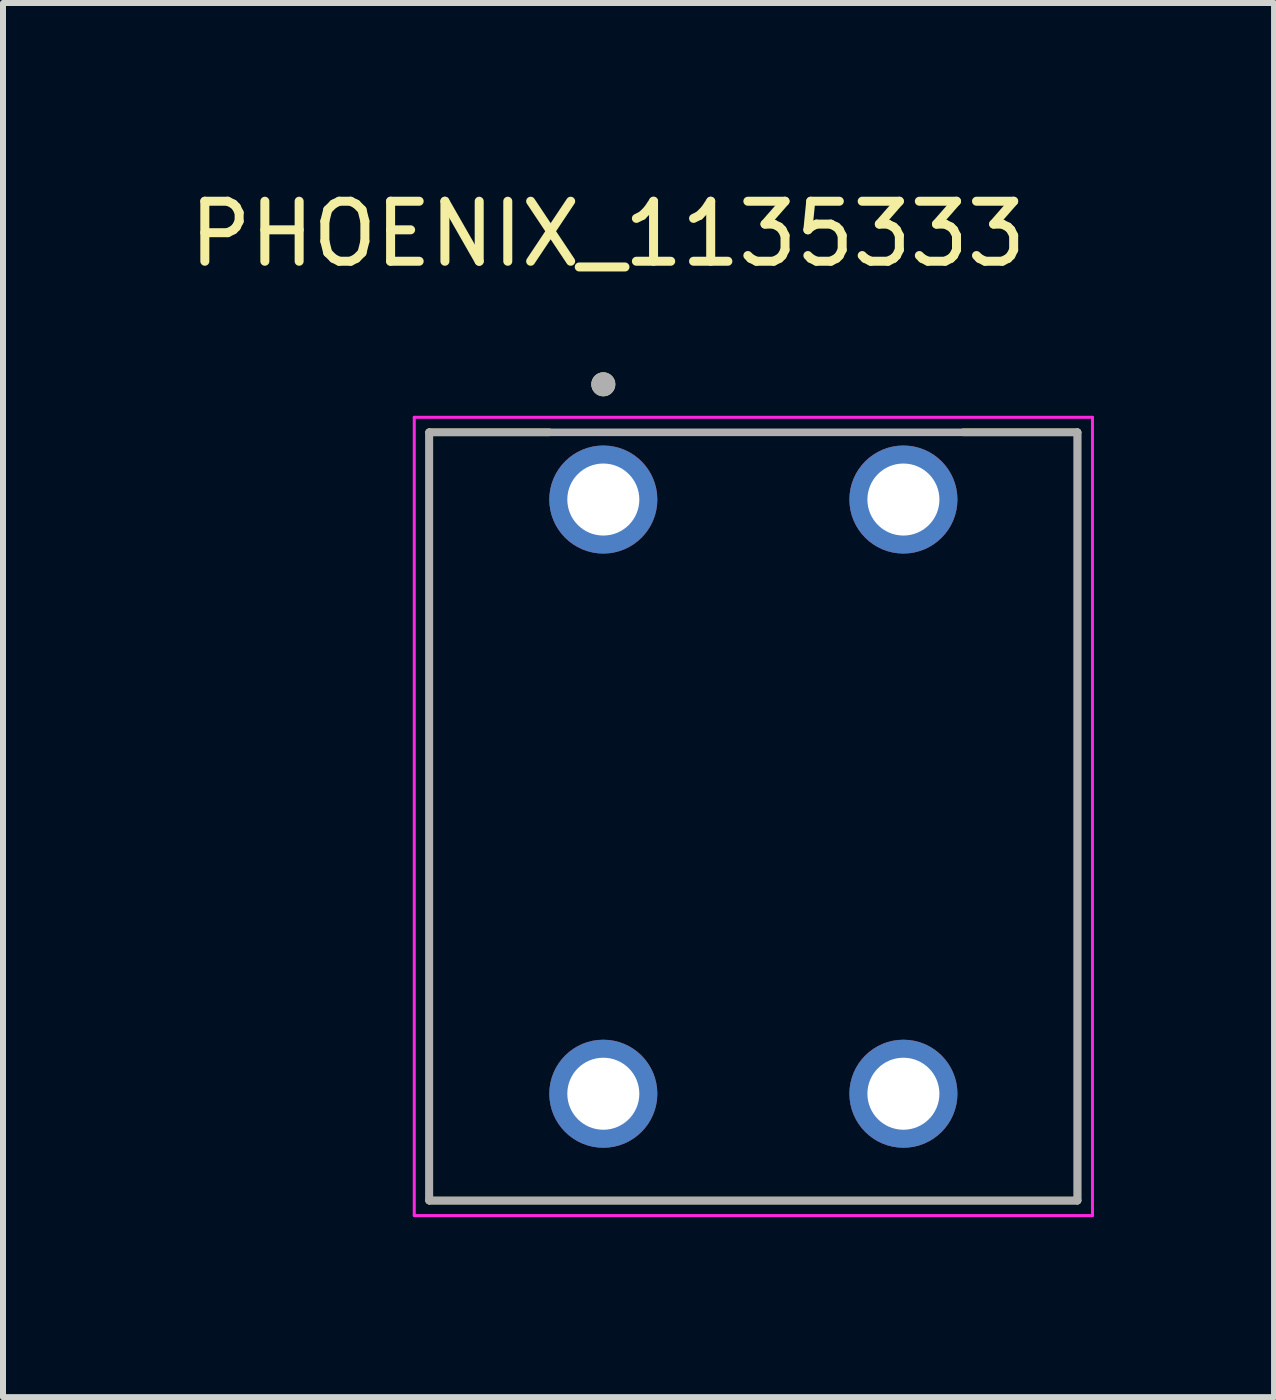
<source format=kicad_pcb>
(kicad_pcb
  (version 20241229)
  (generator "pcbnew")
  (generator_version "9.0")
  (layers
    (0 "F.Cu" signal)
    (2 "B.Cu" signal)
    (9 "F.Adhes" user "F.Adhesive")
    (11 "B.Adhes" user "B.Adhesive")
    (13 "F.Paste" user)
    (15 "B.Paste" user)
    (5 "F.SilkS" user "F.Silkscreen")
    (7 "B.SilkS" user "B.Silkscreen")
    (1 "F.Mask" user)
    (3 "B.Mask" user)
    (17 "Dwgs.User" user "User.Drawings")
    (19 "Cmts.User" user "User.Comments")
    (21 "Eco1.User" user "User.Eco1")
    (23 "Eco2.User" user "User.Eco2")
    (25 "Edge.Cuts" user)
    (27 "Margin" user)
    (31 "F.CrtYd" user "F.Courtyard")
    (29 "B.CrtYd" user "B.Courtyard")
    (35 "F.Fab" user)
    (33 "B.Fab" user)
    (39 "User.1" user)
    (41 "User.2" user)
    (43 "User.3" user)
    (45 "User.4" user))
  (footprint "PHOENIX_1135333"
    (layer "F.Cu")
    (at 4.102 16.953)
    (property "Reference" "PHOENIX_1135333" (at 2.975 -16.105 0) (layer "F.SilkS") (effects (font (size 1 1) (thickness 0.15))))
    (attr through_hole)
    (fp_line (start 0 -12.8) (end 2 -12.8) (stroke (width 0.127) (type solid)) (layer "F.SilkS"))
    (fp_line (start 0 0) (end 0 -12.8) (stroke (width 0.127) (type solid)) (layer "F.SilkS"))
    (fp_line (start 10.8 -12.8) (end 8.9 -12.8) (stroke (width 0.127) (type solid)) (layer "F.SilkS"))
    (fp_line (start 10.8 -12.8) (end 10.8 0) (stroke (width 0.127) (type solid)) (layer "F.SilkS"))
    (fp_line (start 10.8 0) (end 0 0) (stroke (width 0.127) (type solid)) (layer "F.SilkS"))
    (fp_circle (center 2.9 -13.6) (end 3 -13.6) (stroke (width 0.2) (type solid)) (fill no) (layer "F.SilkS"))
    (fp_line (start -0.25 -13.05) (end -0.25 0.25) (stroke (width 0.05) (type solid)) (layer "F.CrtYd"))
    (fp_line (start -0.25 0.25) (end 11.05 0.25) (stroke (width 0.05) (type solid)) (layer "F.CrtYd"))
    (fp_line (start 11.05 -13.05) (end -0.25 -13.05) (stroke (width 0.05) (type solid)) (layer "F.CrtYd"))
    (fp_line (start 11.05 0.25) (end 11.05 -13.05) (stroke (width 0.05) (type solid)) (layer "F.CrtYd"))
    (fp_line (start 0 -12.8) (end 10.8 -12.8) (stroke (width 0.127) (type solid)) (layer "F.Fab"))
    (fp_line (start 0 0) (end 0 -12.8) (stroke (width 0.127) (type solid)) (layer "F.Fab"))
    (fp_line (start 10.8 -12.8) (end 10.8 0) (stroke (width 0.127) (type solid)) (layer "F.Fab"))
    (fp_line (start 10.8 0) (end 0 0) (stroke (width 0.127) (type solid)) (layer "F.Fab"))
    (fp_circle (center 2.9 -13.6) (end 3 -13.6) (stroke (width 0.2) (type solid)) (fill no) (layer "F.Fab"))
    (pad "1_1" thru_hole circle (at 2.9 -11.68) (size 1.8 1.8) (drill 1.2) (layers "*.Cu" "*.Mask"))
    (pad "1_2" thru_hole circle (at 2.9 -1.78) (size 1.8 1.8) (drill 1.2) (layers "*.Cu" "*.Mask"))
    (pad "2_1" thru_hole circle (at 7.9 -11.68) (size 1.8 1.8) (drill 1.2) (layers "*.Cu" "*.Mask"))
    (pad "2_2" thru_hole circle (at 7.9 -1.78) (size 1.8 1.8) (drill 1.2) (layers "*.Cu" "*.Mask")))
  (gr_rect
    (start -3 -3)
    (end 18.177 20.228)
    (stroke (width 0.1) (type default))
    (fill no)
    (layer "Edge.Cuts")))
</source>
